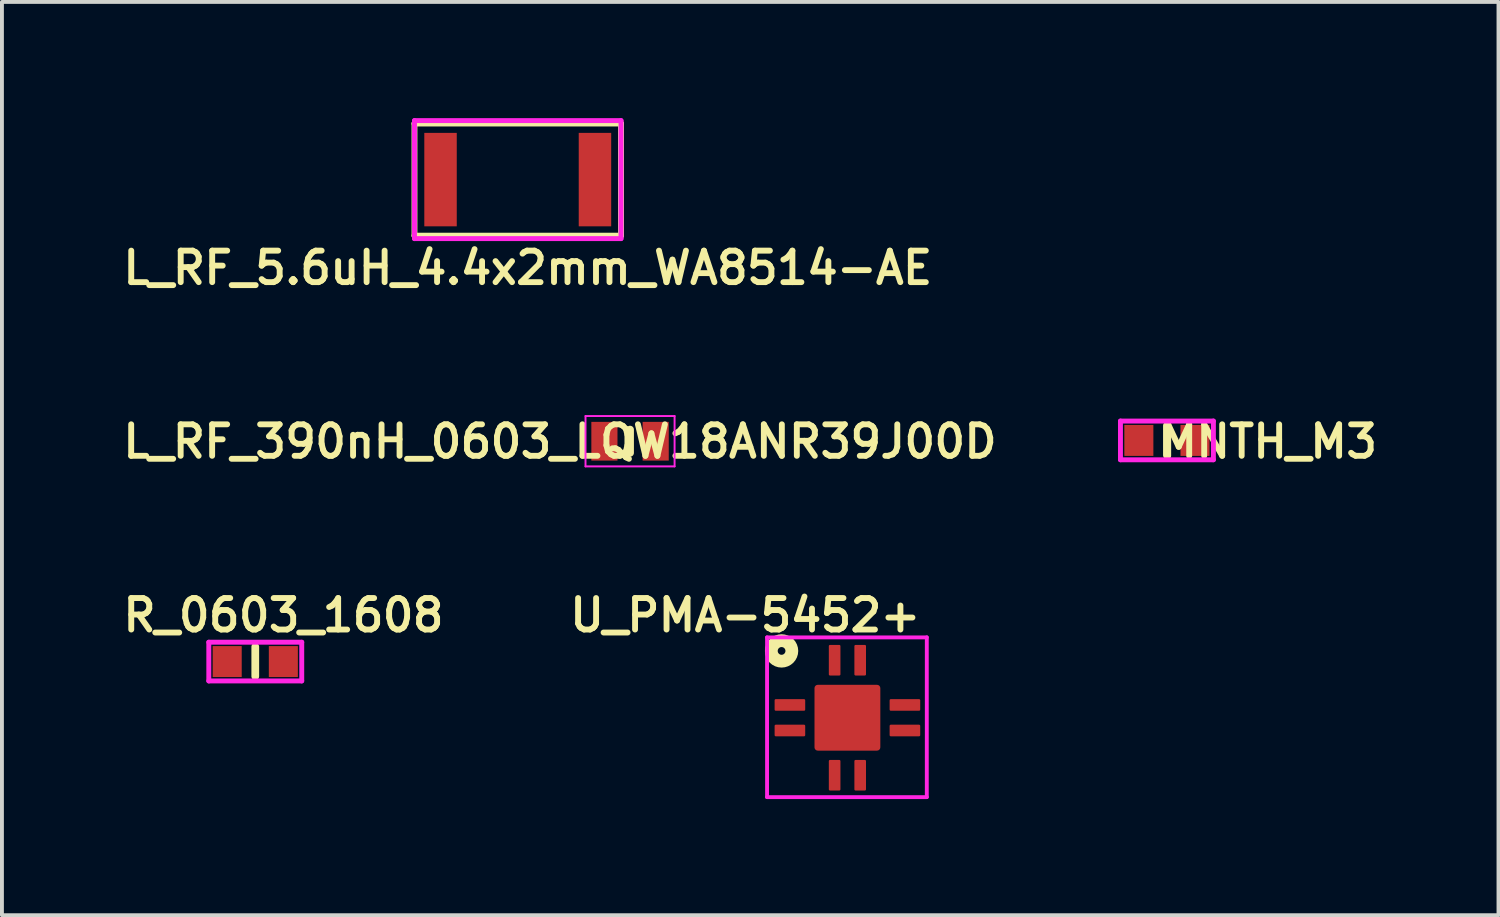
<source format=kicad_pcb>
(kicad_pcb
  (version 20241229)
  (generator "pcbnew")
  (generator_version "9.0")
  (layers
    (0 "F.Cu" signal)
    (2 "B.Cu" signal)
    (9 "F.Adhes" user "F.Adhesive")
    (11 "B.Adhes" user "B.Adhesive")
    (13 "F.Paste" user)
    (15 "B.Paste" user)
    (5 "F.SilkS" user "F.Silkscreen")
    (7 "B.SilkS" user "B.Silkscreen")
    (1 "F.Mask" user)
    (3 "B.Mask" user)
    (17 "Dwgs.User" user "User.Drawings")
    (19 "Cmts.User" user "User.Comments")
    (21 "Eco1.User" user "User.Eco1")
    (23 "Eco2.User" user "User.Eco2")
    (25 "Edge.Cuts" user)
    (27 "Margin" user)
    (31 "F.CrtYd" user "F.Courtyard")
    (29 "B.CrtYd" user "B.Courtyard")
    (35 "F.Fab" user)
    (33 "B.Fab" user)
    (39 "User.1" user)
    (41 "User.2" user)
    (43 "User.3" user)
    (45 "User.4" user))
  (footprint "L_RF_5.6uH_4.4x2mm_WA8514-AE"
    (layer "F.Cu")
    (at 10.32 1.588)
    (property "Reference" "L_RF_5.6uH_4.4x2mm_WA8514-AE" (at 0.259 2.279 0) (unlocked yes) (layer "F.SilkS") (effects (font (size 0.813 0.813) (thickness 0.152))))
    (attr smd)
    (fp_line (start -2.667 -1.448) (end -2.667 1.448) (stroke (width 0.152) (type solid)) (layer "F.SilkS"))
    (fp_line (start -2.667 -1.448) (end 2.667 -1.448) (stroke (width 0.152) (type solid)) (layer "F.SilkS"))
    (fp_line (start -2.667 1.448) (end 2.667 1.448) (stroke (width 0.152) (type solid)) (layer "F.SilkS"))
    (fp_line (start 2.667 -1.448) (end 2.667 1.448) (stroke (width 0.152) (type solid)) (layer "F.SilkS"))
    (fp_line (start -2.667 -1.524) (end -2.667 1.524) (stroke (width 0.127) (type solid)) (layer "F.CrtYd"))
    (fp_line (start -2.667 -1.524) (end 2.667 -1.524) (stroke (width 0.127) (type solid)) (layer "F.CrtYd"))
    (fp_line (start -2.667 1.524) (end 2.667 1.524) (stroke (width 0.127) (type solid)) (layer "F.CrtYd"))
    (fp_line (start 2.667 -1.524) (end 2.667 1.524) (stroke (width 0.127) (type solid)) (layer "F.CrtYd"))
    (pad "1" smd rect (at -1.994 -0.00008) (size 0.838 2.413) (layers "F.Cu" "F.Mask" "F.Paste"))
    (pad "2" smd rect (at 1.994 -0.00008) (size 0.838 2.413) (layers "F.Cu" "F.Mask" "F.Paste")))
  (footprint "R_0603_1608"
    (layer "F.Cu")
    (at 3.542 14.034)
    (property "Reference" "R_0603_1608" (at 0.727 -1.196 0) (unlocked yes) (layer "F.SilkS") (effects (font (size 0.813 0.813) (thickness 0.152))))
    (attr smd)
    (fp_line (start 0 -0.381) (end 0 0.381) (stroke (width 0.2) (type solid)) (layer "F.SilkS"))
    (fp_line (start -1.2 -0.5) (end -1.2 0.5) (stroke (width 0.127) (type solid)) (layer "F.CrtYd"))
    (fp_line (start -1.2 -0.5) (end 1.2 -0.5) (stroke (width 0.127) (type solid)) (layer "F.CrtYd"))
    (fp_line (start -1.2 0.5) (end 1.2 0.5) (stroke (width 0.127) (type solid)) (layer "F.CrtYd"))
    (fp_line (start 1.2 -0.5) (end 1.2 0.5) (stroke (width 0.127) (type solid)) (layer "F.CrtYd"))
    (pad "1" smd rect (at -0.725 0 90) (size 0.8 0.75) (layers "F.Cu" "F.Mask" "F.Paste"))
    (pad "2" smd rect (at 0.725 0 90) (size 0.8 0.75) (layers "F.Cu" "F.Mask" "F.Paste")))
  (footprint "MNTH_M3"
    (layer "F.Cu")
    (at 27.084 8.323)
    (property "Reference" "MNTH_M3" (at 2.627 0.029 0) (unlocked yes) (layer "F.SilkS") (effects (font (size 0.813 0.813) (thickness 0.152))))
    (attr smd)
    (fp_line (start 0 0.381) (end 0 -0.381) (stroke (width 0.2) (type solid)) (layer "F.SilkS"))
    (fp_line (start -1.2 -0.5) (end 1.2 -0.5) (stroke (width 0.127) (type solid)) (layer "F.CrtYd"))
    (fp_line (start -1.2 0.5) (end -1.2 -0.5) (stroke (width 0.127) (type solid)) (layer "F.CrtYd"))
    (fp_line (start -1.2 0.5) (end 1.2 0.5) (stroke (width 0.127) (type solid)) (layer "F.CrtYd"))
    (fp_line (start 1.2 0.5) (end 1.2 -0.5) (stroke (width 0.127) (type solid)) (layer "F.CrtYd"))
    (pad "1" smd rect (at -0.725 0 90) (size 0.8 0.75) (layers "F.Cu" "F.Mask" "F.Paste"))
    (pad "2" smd rect (at 0.725 0 90) (size 0.8 0.75) (layers "F.Cu" "F.Mask" "F.Paste")))
  (footprint "U_PMA-5452+"
    (layer "F.Cu")
    (at 18.833 15.484)
    (property "Reference" "U_PMA-5452+" (at -2.638 -2.646 0) (unlocked yes) (layer "F.SilkS") (effects (font (size 0.813 0.813) (thickness 0.152))))
    (attr smd)
    (fp_circle (center -1.7 -1.725) (end -1.7 -1.825) (stroke (width 0.33) (type solid)) (fill no) (layer "F.SilkS"))
    (fp_line (start -2.075 -2.075) (end 2.05 -2.075) (stroke (width 0.1) (type solid)) (layer "F.CrtYd"))
    (fp_line (start -2.075 2.05) (end -2.075 -2.075) (stroke (width 0.1) (type solid)) (layer "F.CrtYd"))
    (fp_line (start -2.075 2.05) (end 2.05 2.05) (stroke (width 0.1) (type solid)) (layer "F.CrtYd"))
    (fp_line (start 2.05 2.05) (end 2.05 -2.075) (stroke (width 0.1) (type solid)) (layer "F.CrtYd"))
    (pad "1" smd roundrect (at -1.485 -0.33) (size 0.79 0.3) (layers "F.Cu" "F.Mask" "F.Paste") (roundrect_rratio 0.1))
    (pad "2" smd roundrect (at -1.485 0.33) (size 0.79 0.3) (layers "F.Cu" "F.Mask" "F.Paste") (roundrect_rratio 0.1))
    (pad "3" smd roundrect (at -0.33 1.485 90) (size 0.79 0.3) (layers "F.Cu" "F.Mask" "F.Paste") (roundrect_rratio 0.1))
    (pad "4" smd roundrect (at 0.33 1.485 90) (size 0.79 0.3) (layers "F.Cu" "F.Mask" "F.Paste") (roundrect_rratio 0.1))
    (pad "5" smd roundrect (at 1.485 0.33) (size 0.79 0.3) (layers "F.Cu" "F.Mask" "F.Paste") (roundrect_rratio 0.1))
    (pad "6" smd roundrect (at 1.485 -0.33) (size 0.79 0.3) (layers "F.Cu" "F.Mask" "F.Paste") (roundrect_rratio 0.1))
    (pad "7" smd roundrect (at 0.33 -1.485 90) (size 0.79 0.3) (layers "F.Cu" "F.Mask" "F.Paste") (roundrect_rratio 0.1))
    (pad "8" smd roundrect (at -0.33 -1.485 90) (size 0.79 0.3) (layers "F.Cu" "F.Mask" "F.Paste") (roundrect_rratio 0.1))
    (pad "EP1" smd roundrect (at 0 0 90) (size 1.7 1.7) (layers "F.Cu" "F.Mask" "F.Paste") (roundrect_rratio 0.05)))
  (footprint "L_RF_390nH_0603_LQW18ANR39J00D"
    (layer "F.Cu")
    (at 13.22 8.344)
    (property "Reference" "L_RF_390nH_0603_LQW18ANR39J00D" (at -1.81 0.008 0) (unlocked yes) (layer "F.SilkS") (effects (font (size 0.813 0.813) (thickness 0.152))))
    (attr smd)
    (fp_line (start 0 -0.3) (end 0 0.3) (stroke (width 0.2) (type solid)) (layer "F.SilkS"))
    (fp_line (start -1.15 -0.65) (end -1.15 0.65) (stroke (width 0.05) (type solid)) (layer "F.CrtYd"))
    (fp_line (start -1.15 -0.65) (end 1.15 -0.65) (stroke (width 0.05) (type solid)) (layer "F.CrtYd"))
    (fp_line (start -1.15 0.65) (end 1.15 0.65) (stroke (width 0.05) (type solid)) (layer "F.CrtYd"))
    (fp_line (start 1.15 -0.65) (end 1.15 0.65) (stroke (width 0.05) (type solid)) (layer "F.CrtYd"))
    (pad "1" smd rect (at -0.662 0 90) (size 1 0.675) (layers "F.Cu" "F.Mask" "F.Paste"))
    (pad "2" smd rect (at 0.662 0 90) (size 1 0.675) (layers "F.Cu" "F.Mask" "F.Paste")))
  (gr_rect
    (start -3 -3)
    (end 35.646 20.584)
    (stroke (width 0.1) (type default))
    (fill no)
    (layer "Edge.Cuts")))
</source>
